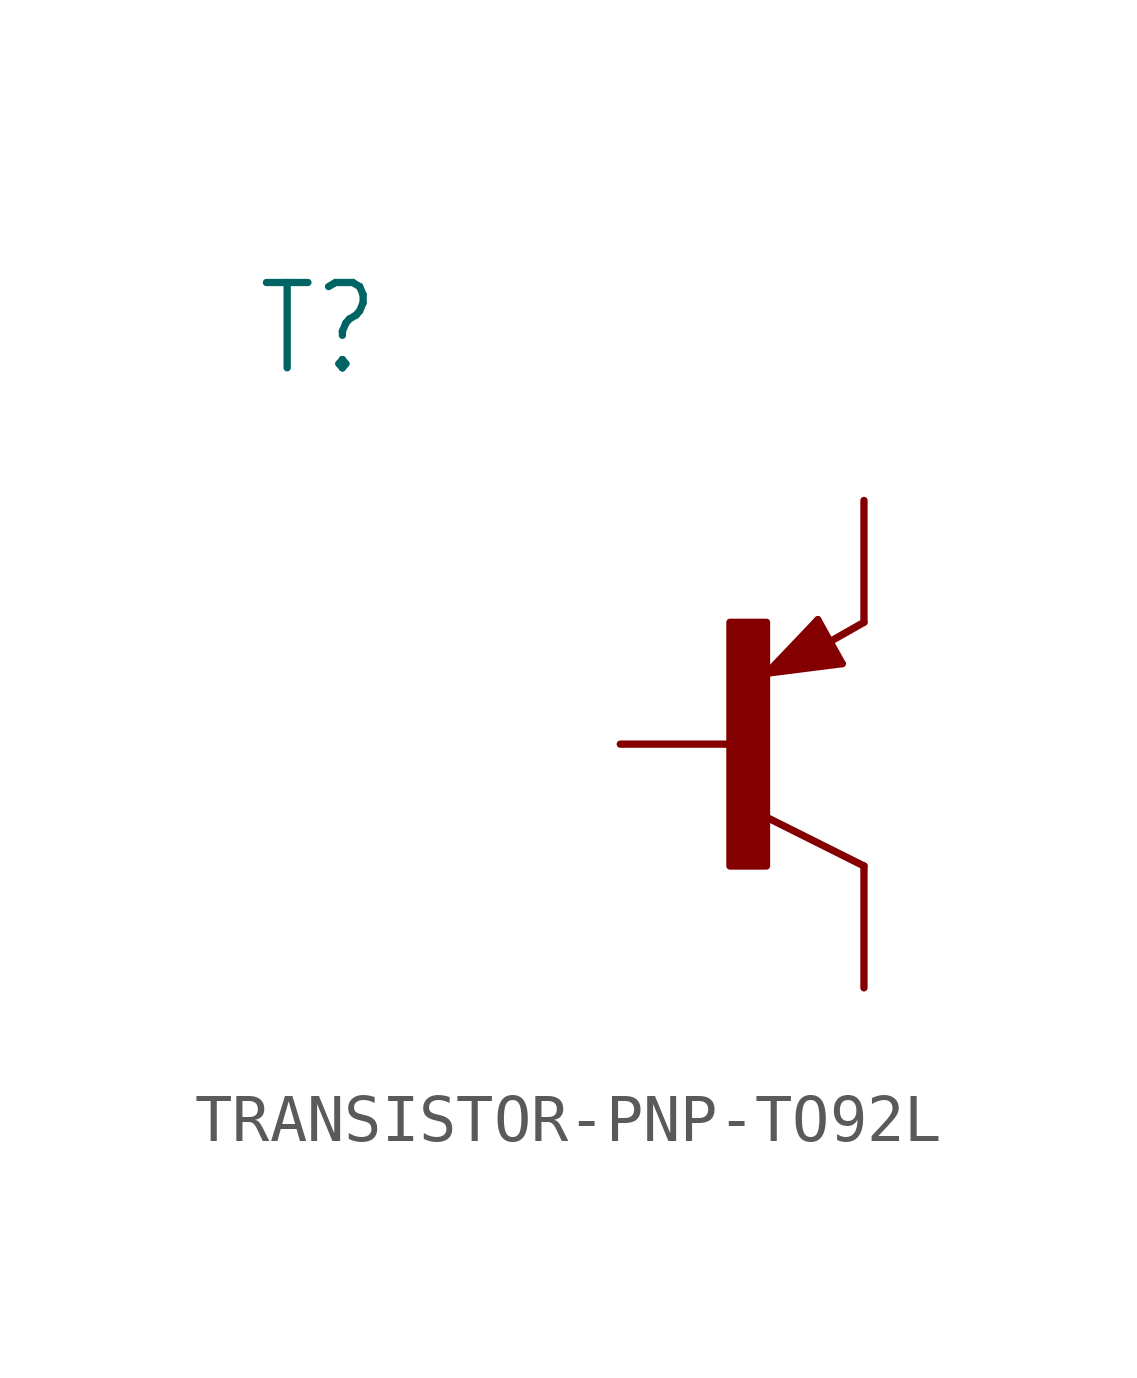
<source format=kicad_sym>
(kicad_symbol_lib
  (version 20231120)
  (generator "kicad_symbol_editor")
  (generator_version "8.0")
  (symbol "TRANSISTOR-PNP-TO92L"
    (property "Reference" "T"
      (at -10.16 7.62 0)
      (effects (font (size 1.778 1.511)) (justify left bottom)))
    (property "Value" ""
      (at -10.16 5.08 0)
      (effects (font (size 1.778 1.511)) (justify left bottom)))
    (property "ki_locked" ""
      (at 0 0 0)
      (effects (font (size 1.27 1.27))))
    (symbol "TRANSISTOR-PNP-TO92L_1_0"
      (rectangle (start -0.254 -2.54) (end 0.508 2.54) (stroke (width 0) (type default)) (fill (type outline)))
      (polyline (pts (xy 0.516 1.478) (xy 2.086 1.678)) (stroke (width 0.152) (type solid)) (fill (type none)))
      (polyline (pts (xy 0.762 1.651) (xy 1.778 1.778)) (stroke (width 0.254) (type solid)) (fill (type none)))
      (polyline (pts (xy 1.143 1.905) (xy 1.524 1.905)) (stroke (width 0.254) (type solid)) (fill (type none)))
      (polyline (pts (xy 1.524 2.159) (xy 1.143 1.905)) (stroke (width 0.254) (type solid)) (fill (type none)))
      (polyline (pts (xy 1.524 2.413) (xy 0.762 1.651)) (stroke (width 0.254) (type solid)) (fill (type none)))
      (polyline (pts (xy 1.578 2.594) (xy 0.516 1.478)) (stroke (width 0.152) (type solid)) (fill (type none)))
      (polyline (pts (xy 1.778 1.778) (xy 1.524 2.159)) (stroke (width 0.254) (type solid)) (fill (type none)))
      (polyline (pts (xy 1.905 1.778) (xy 1.524 2.413)) (stroke (width 0.254) (type solid)) (fill (type none)))
      (polyline (pts (xy 2.086 1.678) (xy 1.578 2.594)) (stroke (width 0.152) (type solid)) (fill (type none)))
      (polyline (pts (xy 2.54 -2.54) (xy 0.508 -1.524)) (stroke (width 0.152) (type solid)) (fill (type none)))
      (polyline (pts (xy 2.54 2.54) (xy 1.808 2.124)) (stroke (width 0.152) (type solid)) (fill (type none)))
      (pin passive line (at 2.54 5.08 270) (length 2.54) (name "E" (effects (font (size 0 0)))) (number "1" (effects (font (size 0 0)))))
      (pin passive line (at -2.54 0 0) (length 2.54) (name "B" (effects (font (size 0 0)))) (number "2" (effects (font (size 0 0)))))
      (pin passive line (at 2.54 -5.08 90) (length 2.54) (name "C" (effects (font (size 0 0)))) (number "3" (effects (font (size 0 0))))))))
</source>
